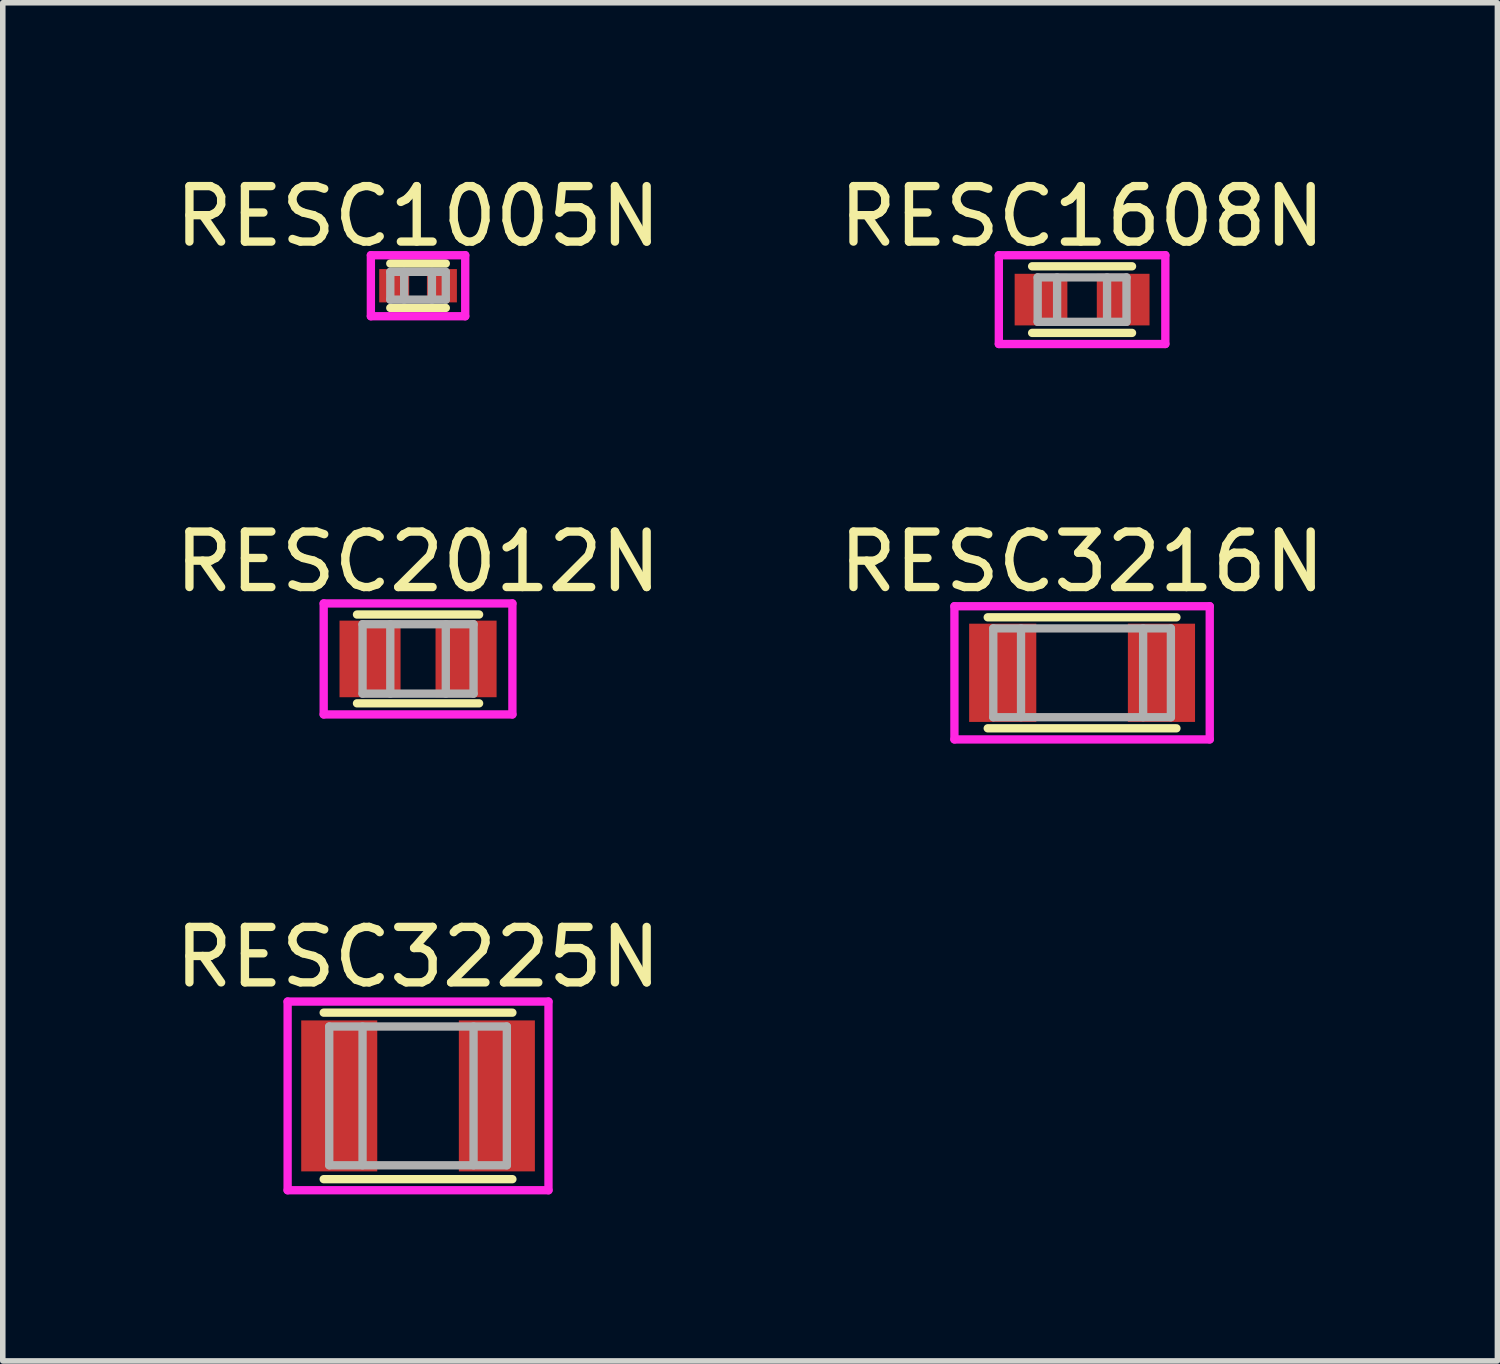
<source format=kicad_pcb>
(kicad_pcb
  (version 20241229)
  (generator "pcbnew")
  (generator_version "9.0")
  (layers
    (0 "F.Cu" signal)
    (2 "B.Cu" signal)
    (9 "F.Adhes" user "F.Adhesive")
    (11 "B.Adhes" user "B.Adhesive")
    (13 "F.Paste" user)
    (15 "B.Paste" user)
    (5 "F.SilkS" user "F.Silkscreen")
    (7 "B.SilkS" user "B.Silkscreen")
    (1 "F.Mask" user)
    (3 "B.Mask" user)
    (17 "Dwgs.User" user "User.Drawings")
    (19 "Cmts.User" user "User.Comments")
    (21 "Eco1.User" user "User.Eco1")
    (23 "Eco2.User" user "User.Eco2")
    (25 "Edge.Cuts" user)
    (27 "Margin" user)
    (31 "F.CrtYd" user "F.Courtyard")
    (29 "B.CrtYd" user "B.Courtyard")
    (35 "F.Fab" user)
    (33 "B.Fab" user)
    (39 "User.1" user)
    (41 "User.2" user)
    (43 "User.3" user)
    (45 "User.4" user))
  (footprint "RESC1608N"
    (layer "F.Cu")
    (at 16.446 2.348)
    (property "Reference" "RESC1608N" (at 0 -1.5 0) (layer "F.SilkS") (effects (font (size 1 1) (thickness 0.15))))
    (attr through_hole)
    (fp_line (start -0.9 -0.6) (end 0.9 -0.6) (stroke (width 0.15) (type solid)) (layer "F.SilkS"))
    (fp_line (start 0.9 0.6) (end -0.9 0.6) (stroke (width 0.15) (type solid)) (layer "F.SilkS"))
    (fp_line (start -1.5 -0.8) (end -1.5 0.8) (stroke (width 0.15) (type solid)) (layer "F.CrtYd"))
    (fp_line (start -1.5 0.8) (end 1.5 0.8) (stroke (width 0.15) (type solid)) (layer "F.CrtYd"))
    (fp_line (start 1.5 -0.8) (end -1.5 -0.8) (stroke (width 0.15) (type solid)) (layer "F.CrtYd"))
    (fp_line (start 1.5 0.8) (end 1.5 -0.8) (stroke (width 0.15) (type solid)) (layer "F.CrtYd"))
    (fp_line (start -0.8 -0.4) (end -0.8 0.4) (stroke (width 0.15) (type solid)) (layer "F.Fab"))
    (fp_line (start -0.8 0.4) (end 0.8 0.4) (stroke (width 0.15) (type solid)) (layer "F.Fab"))
    (fp_line (start -0.45 0.4) (end -0.45 -0.4) (stroke (width 0.15) (type solid)) (layer "F.Fab"))
    (fp_line (start 0.45 -0.4) (end 0.45 0.4) (stroke (width 0.15) (type solid)) (layer "F.Fab"))
    (fp_line (start 0.8 -0.4) (end -0.8 -0.4) (stroke (width 0.15) (type solid)) (layer "F.Fab"))
    (fp_line (start 0.8 0.4) (end 0.8 -0.4) (stroke (width 0.15) (type solid)) (layer "F.Fab"))
    (pad "1" smd rect (at -0.74 0) (size 0.95 0.93) (layers "F.Cu" "F.Mask" "F.Paste"))
    (pad "2" smd rect (at 0.74 0) (size 0.95 0.93) (layers "F.Cu" "F.Mask" "F.Paste")))
  (footprint "RESC1005N"
    (layer "F.Cu")
    (at 4.482 2.098)
    (property "Reference" "RESC1005N" (at 0 -1.25 0) (layer "F.SilkS") (effects (font (size 1 1) (thickness 0.15))))
    (attr through_hole)
    (fp_line (start -0.5 -0.4) (end 0.5 -0.4) (stroke (width 0.15) (type solid)) (layer "F.SilkS"))
    (fp_line (start -0.5 0.4) (end 0.5 0.4) (stroke (width 0.15) (type solid)) (layer "F.SilkS"))
    (fp_line (start -0.85 -0.55) (end -0.85 0.55) (stroke (width 0.15) (type solid)) (layer "F.CrtYd"))
    (fp_line (start -0.85 0.55) (end 0.85 0.55) (stroke (width 0.15) (type solid)) (layer "F.CrtYd"))
    (fp_line (start 0.85 -0.55) (end -0.85 -0.55) (stroke (width 0.15) (type solid)) (layer "F.CrtYd"))
    (fp_line (start 0.85 0.55) (end 0.85 -0.55) (stroke (width 0.15) (type solid)) (layer "F.CrtYd"))
    (fp_line (start -0.5 -0.25) (end 0.5 -0.25) (stroke (width 0.15) (type solid)) (layer "F.Fab"))
    (fp_line (start -0.5 0.25) (end -0.5 -0.25) (stroke (width 0.15) (type solid)) (layer "F.Fab"))
    (fp_line (start -0.25 -0.25) (end -0.25 0.25) (stroke (width 0.15) (type solid)) (layer "F.Fab"))
    (fp_line (start 0.25 0.25) (end 0.25 -0.25) (stroke (width 0.15) (type solid)) (layer "F.Fab"))
    (fp_line (start 0.5 -0.25) (end 0.5 0.25) (stroke (width 0.15) (type solid)) (layer "F.Fab"))
    (fp_line (start 0.5 0.25) (end -0.5 0.25) (stroke (width 0.15) (type solid)) (layer "F.Fab"))
    (pad "1" smd rect (at -0.43 0) (size 0.54 0.6) (layers "F.Cu" "F.Mask" "F.Paste"))
    (pad "2" smd rect (at 0.43 0) (size 0.54 0.6) (layers "F.Cu" "F.Mask" "F.Paste")))
  (footprint "RESC3216N"
    (layer "F.Cu")
    (at 16.446 9.072)
    (property "Reference" "RESC3216N" (at 0 -2 0) (layer "F.SilkS") (effects (font (size 1 1) (thickness 0.15))))
    (attr through_hole)
    (fp_line (start -1.7 -1) (end 1.7 -1) (stroke (width 0.15) (type solid)) (layer "F.SilkS"))
    (fp_line (start 1.7 1) (end -1.7 1) (stroke (width 0.15) (type solid)) (layer "F.SilkS"))
    (fp_line (start -2.3 -1.2) (end 2.3 -1.2) (stroke (width 0.15) (type solid)) (layer "F.CrtYd"))
    (fp_line (start -2.3 1.2) (end -2.3 -1.2) (stroke (width 0.15) (type solid)) (layer "F.CrtYd"))
    (fp_line (start 2.3 -1.2) (end 2.3 1.2) (stroke (width 0.15) (type solid)) (layer "F.CrtYd"))
    (fp_line (start 2.3 1.2) (end -2.3 1.2) (stroke (width 0.15) (type solid)) (layer "F.CrtYd"))
    (fp_line (start -1.6 -0.8) (end 1.6 -0.8) (stroke (width 0.15) (type solid)) (layer "F.Fab"))
    (fp_line (start -1.6 0.8) (end -1.6 -0.8) (stroke (width 0.15) (type solid)) (layer "F.Fab"))
    (fp_line (start -1.1 -0.8) (end -1.1 0.8) (stroke (width 0.15) (type solid)) (layer "F.Fab"))
    (fp_line (start 1.1 0.8) (end 1.1 -0.8) (stroke (width 0.15) (type solid)) (layer "F.Fab"))
    (fp_line (start 1.6 -0.8) (end 1.6 0.8) (stroke (width 0.15) (type solid)) (layer "F.Fab"))
    (fp_line (start 1.6 0.8) (end -1.6 0.8) (stroke (width 0.15) (type solid)) (layer "F.Fab"))
    (pad "1" smd rect (at -1.43 0) (size 1.21 1.77) (layers "F.Cu" "F.Mask" "F.Paste"))
    (pad "2" smd rect (at 1.43 0) (size 1.21 1.77) (layers "F.Cu" "F.Mask" "F.Paste")))
  (footprint "RESC2012N"
    (layer "F.Cu")
    (at 4.482 8.822)
    (property "Reference" "RESC2012N" (at 0 -1.75 0) (layer "F.SilkS") (effects (font (size 1 1) (thickness 0.15))))
    (attr through_hole)
    (fp_line (start -1.1 -0.8) (end 1.1 -0.8) (stroke (width 0.15) (type solid)) (layer "F.SilkS"))
    (fp_line (start 1.1 0.8) (end -1.1 0.8) (stroke (width 0.15) (type solid)) (layer "F.SilkS"))
    (fp_line (start -1.7 -1) (end 1.7 -1) (stroke (width 0.15) (type solid)) (layer "F.CrtYd"))
    (fp_line (start -1.7 1) (end -1.7 -1) (stroke (width 0.15) (type solid)) (layer "F.CrtYd"))
    (fp_line (start 1.7 -1) (end 1.7 1) (stroke (width 0.15) (type solid)) (layer "F.CrtYd"))
    (fp_line (start 1.7 1) (end -1.7 1) (stroke (width 0.15) (type solid)) (layer "F.CrtYd"))
    (fp_line (start -1 -0.625) (end 1 -0.625) (stroke (width 0.15) (type solid)) (layer "F.Fab"))
    (fp_line (start -1 0.625) (end -1 -0.625) (stroke (width 0.15) (type solid)) (layer "F.Fab"))
    (fp_line (start -0.5 -0.625) (end -0.5 0.625) (stroke (width 0.15) (type solid)) (layer "F.Fab"))
    (fp_line (start 0.5 0.625) (end 0.5 -0.625) (stroke (width 0.15) (type solid)) (layer "F.Fab"))
    (fp_line (start 1 -0.625) (end 1 0.625) (stroke (width 0.15) (type solid)) (layer "F.Fab"))
    (fp_line (start 1 0.625) (end -1 0.625) (stroke (width 0.15) (type solid)) (layer "F.Fab"))
    (pad "1" smd rect (at -0.865 0) (size 1.1 1.38) (layers "F.Cu" "F.Mask" "F.Paste"))
    (pad "2" smd rect (at 0.865 0) (size 1.1 1.38) (layers "F.Cu" "F.Mask" "F.Paste")))
  (footprint "RESC3225N"
    (layer "F.Cu")
    (at 4.482 16.695)
    (property "Reference" "RESC3225N" (at 0 -2.5 0) (layer "F.SilkS") (effects (font (size 1 1) (thickness 0.15))))
    (attr through_hole)
    (fp_line (start -1.7 -1.5) (end 1.7 -1.5) (stroke (width 0.15) (type solid)) (layer "F.SilkS"))
    (fp_line (start 1.7 1.5) (end -1.7 1.5) (stroke (width 0.15) (type solid)) (layer "F.SilkS"))
    (fp_line (start -2.35 -1.7) (end 2.35 -1.7) (stroke (width 0.15) (type solid)) (layer "F.CrtYd"))
    (fp_line (start -2.35 1.7) (end -2.35 -1.7) (stroke (width 0.15) (type solid)) (layer "F.CrtYd"))
    (fp_line (start 2.35 -1.7) (end 2.35 1.7) (stroke (width 0.15) (type solid)) (layer "F.CrtYd"))
    (fp_line (start 2.35 1.7) (end -2.35 1.7) (stroke (width 0.15) (type solid)) (layer "F.CrtYd"))
    (fp_line (start -1.6 -1.25) (end 1.6 -1.25) (stroke (width 0.15) (type solid)) (layer "F.Fab"))
    (fp_line (start -1.6 1.25) (end -1.6 -1.25) (stroke (width 0.15) (type solid)) (layer "F.Fab"))
    (fp_line (start -1 -1.25) (end -1 1.25) (stroke (width 0.15) (type solid)) (layer "F.Fab"))
    (fp_line (start 1 1.25) (end 1 -1.25) (stroke (width 0.15) (type solid)) (layer "F.Fab"))
    (fp_line (start 1.6 -1.25) (end 1.6 1.25) (stroke (width 0.15) (type solid)) (layer "F.Fab"))
    (fp_line (start 1.6 1.25) (end -1.6 1.25) (stroke (width 0.15) (type solid)) (layer "F.Fab"))
    (pad "1" smd rect (at -1.42 0) (size 1.37 2.72) (layers "F.Cu" "F.Mask" "F.Paste"))
    (pad "2" smd rect (at 1.42 0) (size 1.37 2.72) (layers "F.Cu" "F.Mask" "F.Paste")))
  (gr_rect
    (start -3 -3)
    (end 23.929 21.47)
    (stroke (width 0.1) (type default))
    (fill no)
    (layer "Edge.Cuts")))
</source>
